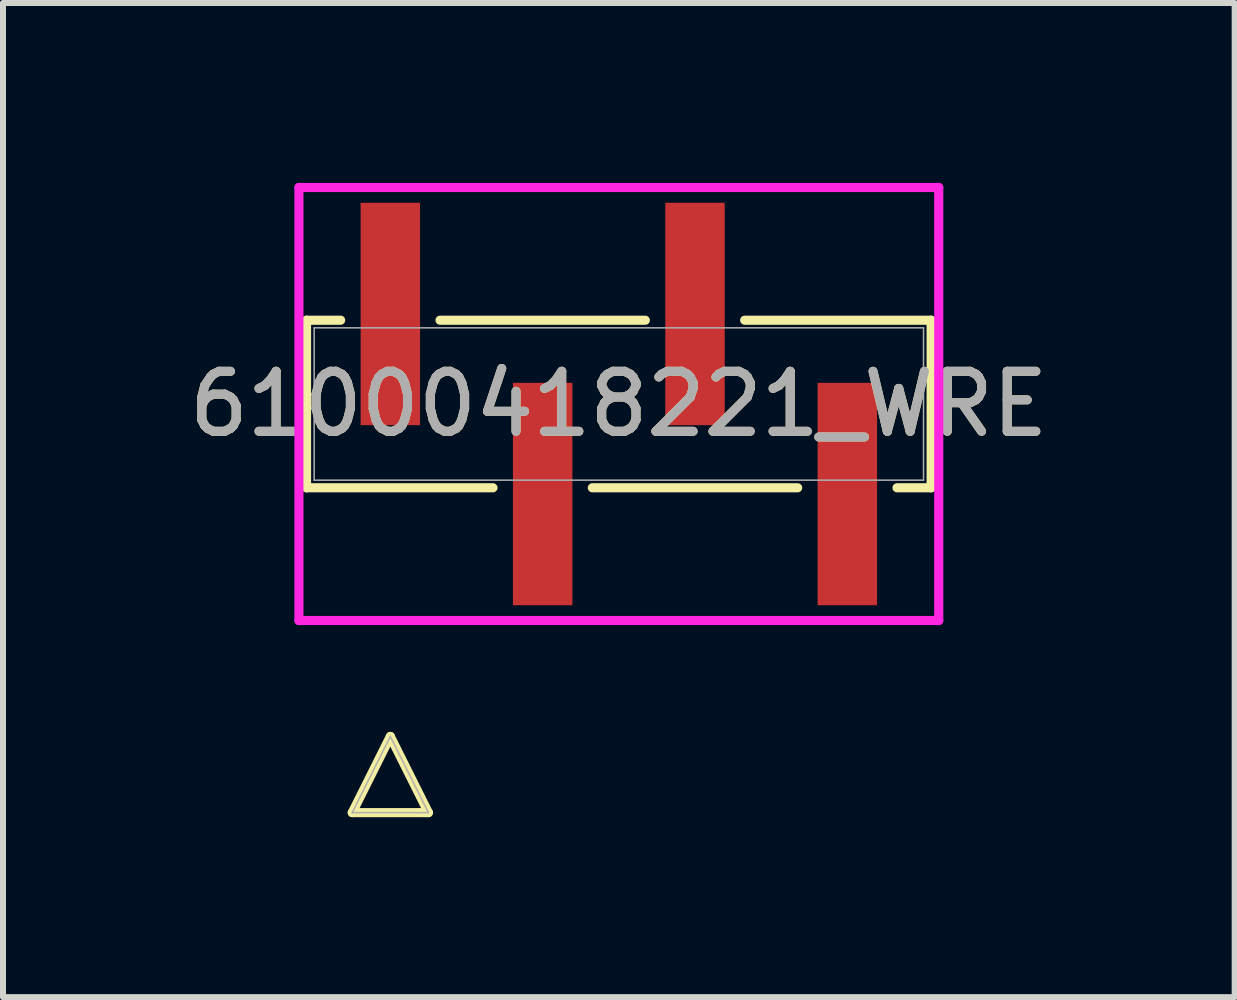
<source format=kicad_pcb>
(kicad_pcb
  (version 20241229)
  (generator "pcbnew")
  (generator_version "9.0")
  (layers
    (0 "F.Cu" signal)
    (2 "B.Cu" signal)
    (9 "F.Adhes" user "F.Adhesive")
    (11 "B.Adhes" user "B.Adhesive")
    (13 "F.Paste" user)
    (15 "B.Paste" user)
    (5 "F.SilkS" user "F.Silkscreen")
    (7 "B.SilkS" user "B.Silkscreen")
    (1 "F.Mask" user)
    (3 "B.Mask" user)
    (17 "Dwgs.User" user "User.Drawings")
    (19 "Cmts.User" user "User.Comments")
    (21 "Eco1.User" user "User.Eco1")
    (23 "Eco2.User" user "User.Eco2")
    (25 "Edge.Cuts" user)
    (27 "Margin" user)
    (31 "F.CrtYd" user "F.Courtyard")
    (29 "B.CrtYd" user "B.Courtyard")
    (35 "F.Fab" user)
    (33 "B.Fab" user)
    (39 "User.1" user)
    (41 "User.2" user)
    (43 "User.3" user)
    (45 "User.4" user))
  (footprint "61000418221_WRE"
    (layer "F.Cu")
    (at 7.268 3.686)
    (property "Reference" "61000418221_WRE" (at 0 0 0) (unlocked yes) (layer "F.SilkS") (effects (font (size 1 1) (thickness 0.15))))
    (attr smd)
    (fp_line (start -5.207 -1.397) (end -5.207 1.397) (stroke (width 0.152) (type solid)) (layer "F.SilkS"))
    (fp_line (start -5.207 1.397) (end -2.098 1.397) (stroke (width 0.152) (type solid)) (layer "F.SilkS"))
    (fp_line (start -4.638 -1.397) (end -5.207 -1.397) (stroke (width 0.152) (type solid)) (layer "F.SilkS"))
    (fp_line (start -4.445 6.813) (end -3.175 6.813) (stroke (width 0.152) (type solid)) (layer "F.SilkS"))
    (fp_line (start -3.81 5.543) (end -4.445 6.813) (stroke (width 0.152) (type solid)) (layer "F.SilkS"))
    (fp_line (start -3.175 6.813) (end -3.81 5.543) (stroke (width 0.152) (type solid)) (layer "F.SilkS"))
    (fp_line (start -0.442 1.397) (end 2.982 1.397) (stroke (width 0.152) (type solid)) (layer "F.SilkS"))
    (fp_line (start 0.442 -1.397) (end -2.982 -1.397) (stroke (width 0.152) (type solid)) (layer "F.SilkS"))
    (fp_line (start 4.638 1.397) (end 5.207 1.397) (stroke (width 0.152) (type solid)) (layer "F.SilkS"))
    (fp_line (start 5.207 -1.397) (end 2.098 -1.397) (stroke (width 0.152) (type solid)) (layer "F.SilkS"))
    (fp_line (start 5.207 1.397) (end 5.207 -1.397) (stroke (width 0.152) (type solid)) (layer "F.SilkS"))
    (fp_line (start -5.334 -3.61) (end -5.334 3.61) (stroke (width 0.152) (type solid)) (layer "F.CrtYd"))
    (fp_line (start -5.334 3.61) (end 5.334 3.61) (stroke (width 0.152) (type solid)) (layer "F.CrtYd"))
    (fp_line (start 5.334 -3.61) (end -5.334 -3.61) (stroke (width 0.152) (type solid)) (layer "F.CrtYd"))
    (fp_line (start 5.334 3.61) (end 5.334 -3.61) (stroke (width 0.152) (type solid)) (layer "F.CrtYd"))
    (fp_line (start -5.08 -1.27) (end -5.08 1.27) (stroke (width 0.025) (type solid)) (layer "F.Fab"))
    (fp_line (start -5.08 1.27) (end 5.08 1.27) (stroke (width 0.025) (type solid)) (layer "F.Fab"))
    (fp_line (start -4.445 6.813) (end -3.175 6.813) (stroke (width 0.025) (type solid)) (layer "F.Fab"))
    (fp_line (start -3.81 5.543) (end -4.445 6.813) (stroke (width 0.025) (type solid)) (layer "F.Fab"))
    (fp_line (start -3.175 6.813) (end -3.81 5.543) (stroke (width 0.025) (type solid)) (layer "F.Fab"))
    (fp_line (start 5.08 -1.27) (end -5.08 -1.27) (stroke (width 0.025) (type solid)) (layer "F.Fab"))
    (fp_line (start 5.08 1.27) (end 5.08 -1.27) (stroke (width 0.025) (type solid)) (layer "F.Fab"))
    (fp_text user "${REFERENCE}" (at 0 0 0) (unlocked yes) (layer "F.Fab") (effects (font (size 1 1) (thickness 0.15))))
    (pad "1" smd rect (at -3.81 -1.501) (size 0.991 3.708) (layers "F.Cu" "F.Mask" "F.Paste"))
    (pad "2" smd rect (at -1.27 1.501) (size 0.991 3.708) (layers "F.Cu" "F.Mask" "F.Paste"))
    (pad "3" smd rect (at 1.27 -1.501) (size 0.991 3.708) (layers "F.Cu" "F.Mask" "F.Paste"))
    (pad "4" smd rect (at 3.81 1.501) (size 0.991 3.708) (layers "F.Cu" "F.Mask" "F.Paste")))
  (gr_rect
    (start -3 -3)
    (end 17.536 13.575)
    (stroke (width 0.1) (type default))
    (fill no)
    (layer "Edge.Cuts")))
</source>
